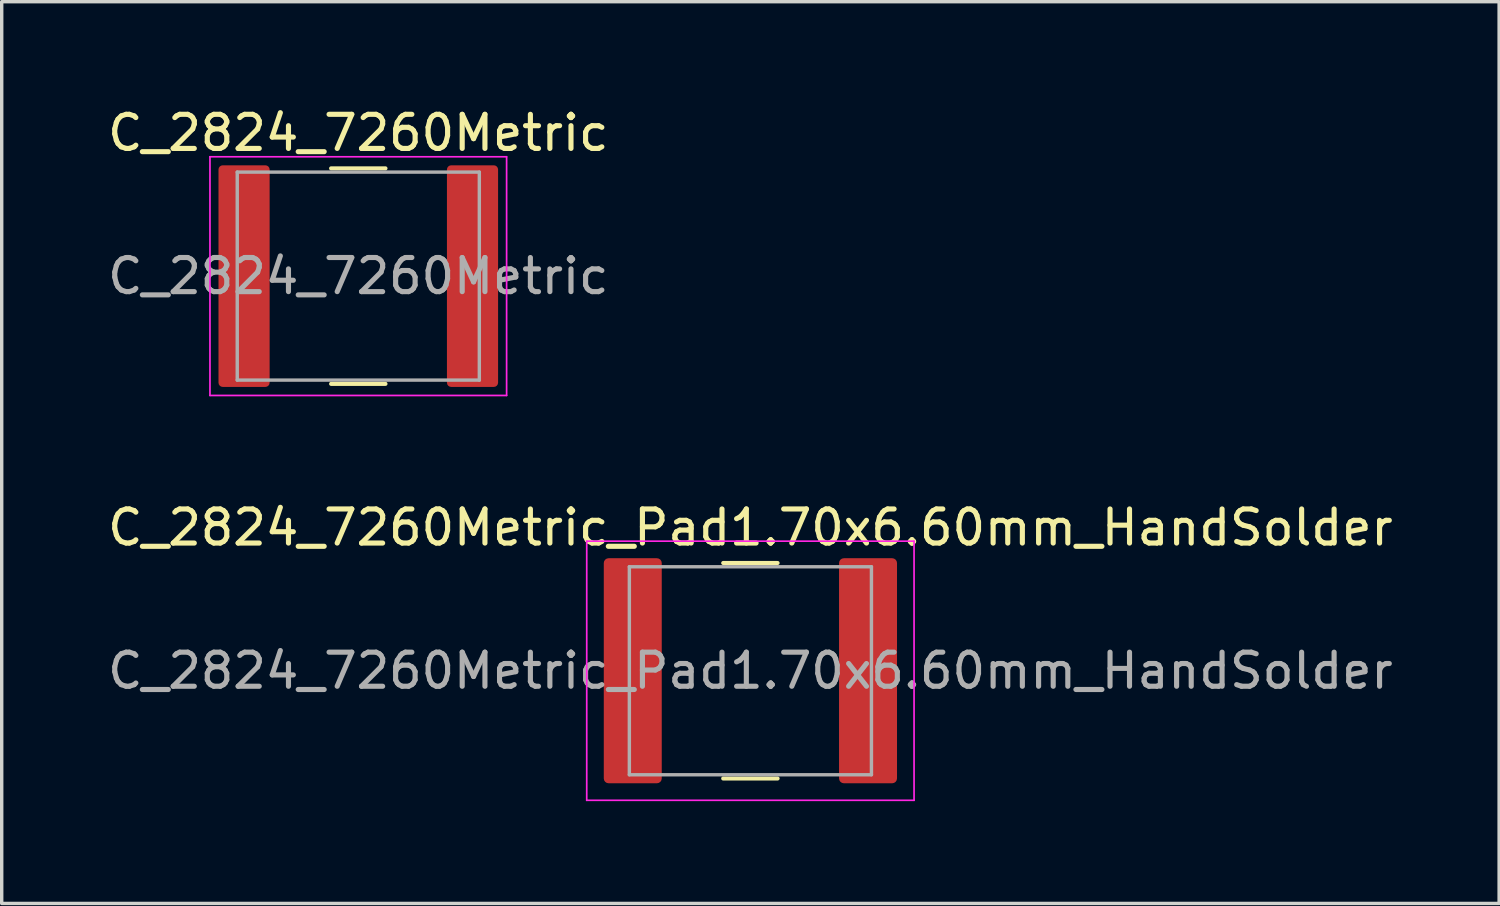
<source format=kicad_pcb>
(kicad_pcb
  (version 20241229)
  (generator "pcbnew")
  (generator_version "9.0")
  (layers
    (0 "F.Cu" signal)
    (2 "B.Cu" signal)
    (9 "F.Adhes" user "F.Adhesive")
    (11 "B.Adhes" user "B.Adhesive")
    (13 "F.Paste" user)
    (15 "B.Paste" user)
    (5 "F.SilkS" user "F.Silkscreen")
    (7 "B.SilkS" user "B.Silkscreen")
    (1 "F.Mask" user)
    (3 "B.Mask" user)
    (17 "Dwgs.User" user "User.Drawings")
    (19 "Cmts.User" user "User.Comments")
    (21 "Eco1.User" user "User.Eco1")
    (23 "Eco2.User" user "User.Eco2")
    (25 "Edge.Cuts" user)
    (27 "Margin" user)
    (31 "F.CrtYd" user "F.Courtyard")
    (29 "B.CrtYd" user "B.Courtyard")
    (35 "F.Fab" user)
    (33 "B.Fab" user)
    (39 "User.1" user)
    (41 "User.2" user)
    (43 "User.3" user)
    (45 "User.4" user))
  (footprint "C_2824_7260Metric"
    (layer "F.Cu")
    (at 7.458 5.048)
    (property "Reference" "C_2824_7260Metric" (at 0 -4.2 0) (layer "F.SilkS") (effects (font (size 1 1) (thickness 0.15))))
    (attr smd)
    (fp_line (start -0.797 -3.16) (end 0.797 -3.16) (stroke (width 0.12) (type solid)) (layer "F.SilkS"))
    (fp_line (start -0.797 3.16) (end 0.797 3.16) (stroke (width 0.12) (type solid)) (layer "F.SilkS"))
    (fp_line (start -4.35 -3.5) (end 4.35 -3.5) (stroke (width 0.05) (type solid)) (layer "F.CrtYd"))
    (fp_line (start -4.35 3.5) (end -4.35 -3.5) (stroke (width 0.05) (type solid)) (layer "F.CrtYd"))
    (fp_line (start 4.35 -3.5) (end 4.35 3.5) (stroke (width 0.05) (type solid)) (layer "F.CrtYd"))
    (fp_line (start 4.35 3.5) (end -4.35 3.5) (stroke (width 0.05) (type solid)) (layer "F.CrtYd"))
    (fp_line (start -3.55 -3.05) (end 3.55 -3.05) (stroke (width 0.1) (type solid)) (layer "F.Fab"))
    (fp_line (start -3.55 3.05) (end -3.55 -3.05) (stroke (width 0.1) (type solid)) (layer "F.Fab"))
    (fp_line (start 3.55 -3.05) (end 3.55 3.05) (stroke (width 0.1) (type solid)) (layer "F.Fab"))
    (fp_line (start 3.55 3.05) (end -3.55 3.05) (stroke (width 0.1) (type solid)) (layer "F.Fab"))
    (fp_text user "${REFERENCE}" (at 0 0 0) (layer "F.Fab") (effects (font (size 1 1) (thickness 0.15))))
    (pad "1" smd roundrect (at -3.35 0) (size 1.5 6.5) (layers "F.Cu" "F.Mask" "F.Paste") (roundrect_rratio 0.083))
    (pad "2" smd roundrect (at 3.35 0) (size 1.5 6.5) (layers "F.Cu" "F.Mask" "F.Paste") (roundrect_rratio 0.083)))
  (footprint "C_2824_7260Metric_Pad1.70x6.60mm_HandSolder"
    (layer "F.Cu")
    (at 18.958 16.622)
    (property "Reference" "C_2824_7260Metric_Pad1.70x6.60mm_HandSolder" (at 0 -4.2 0) (layer "F.SilkS") (effects (font (size 1 1) (thickness 0.15))))
    (attr smd)
    (fp_line (start -0.797 -3.16) (end 0.797 -3.16) (stroke (width 0.12) (type solid)) (layer "F.SilkS"))
    (fp_line (start -0.797 3.16) (end 0.797 3.16) (stroke (width 0.12) (type solid)) (layer "F.SilkS"))
    (fp_line (start -4.8 -3.8) (end 4.8 -3.8) (stroke (width 0.05) (type solid)) (layer "F.CrtYd"))
    (fp_line (start -4.8 3.8) (end -4.8 -3.8) (stroke (width 0.05) (type solid)) (layer "F.CrtYd"))
    (fp_line (start 4.8 -3.8) (end 4.8 3.8) (stroke (width 0.05) (type solid)) (layer "F.CrtYd"))
    (fp_line (start 4.8 3.8) (end -4.8 3.8) (stroke (width 0.05) (type solid)) (layer "F.CrtYd"))
    (fp_line (start -3.55 -3.05) (end 3.55 -3.05) (stroke (width 0.1) (type solid)) (layer "F.Fab"))
    (fp_line (start -3.55 3.05) (end -3.55 -3.05) (stroke (width 0.1) (type solid)) (layer "F.Fab"))
    (fp_line (start 3.55 -3.05) (end 3.55 3.05) (stroke (width 0.1) (type solid)) (layer "F.Fab"))
    (fp_line (start 3.55 3.05) (end -3.55 3.05) (stroke (width 0.1) (type solid)) (layer "F.Fab"))
    (fp_text user "${REFERENCE}" (at 0 0 0) (layer "F.Fab") (effects (font (size 1 1) (thickness 0.15))))
    (pad "1" smd roundrect (at -3.45 0) (size 1.7 6.6) (layers "F.Cu" "F.Mask" "F.Paste") (roundrect_rratio 0.083))
    (pad "2" smd roundrect (at 3.45 0) (size 1.7 6.6) (layers "F.Cu" "F.Mask" "F.Paste") (roundrect_rratio 0.083)))
  (gr_rect
    (start -3 -3)
    (end 40.917 23.447)
    (stroke (width 0.1) (type default))
    (fill no)
    (layer "Edge.Cuts")))
</source>
